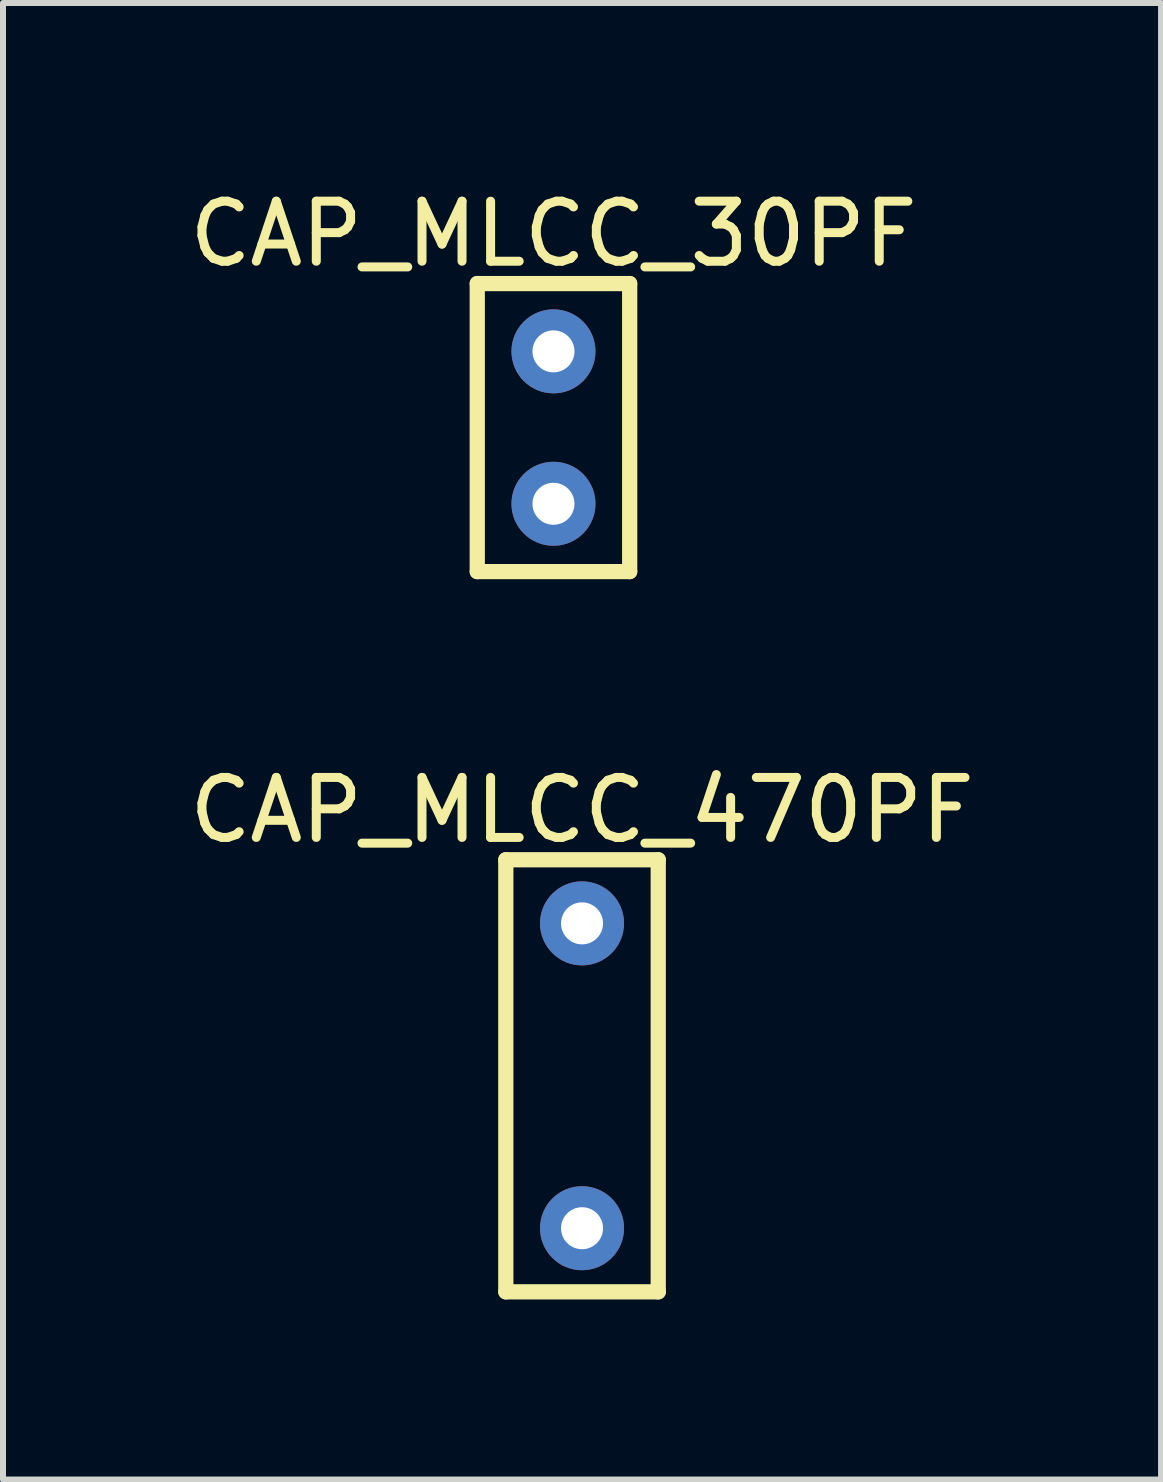
<source format=kicad_pcb>
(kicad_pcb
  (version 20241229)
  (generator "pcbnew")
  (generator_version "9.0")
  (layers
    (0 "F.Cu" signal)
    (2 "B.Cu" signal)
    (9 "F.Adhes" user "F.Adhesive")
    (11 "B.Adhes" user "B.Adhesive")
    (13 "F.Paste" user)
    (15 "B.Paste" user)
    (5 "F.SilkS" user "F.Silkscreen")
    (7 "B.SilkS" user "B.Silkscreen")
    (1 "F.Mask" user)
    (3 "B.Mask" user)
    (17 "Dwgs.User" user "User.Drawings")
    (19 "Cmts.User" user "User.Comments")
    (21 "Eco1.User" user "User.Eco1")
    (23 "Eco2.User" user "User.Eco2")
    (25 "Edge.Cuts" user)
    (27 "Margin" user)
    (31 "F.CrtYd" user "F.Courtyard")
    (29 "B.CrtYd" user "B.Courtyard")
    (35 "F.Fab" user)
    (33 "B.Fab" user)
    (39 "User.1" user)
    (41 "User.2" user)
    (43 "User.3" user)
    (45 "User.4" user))
  (footprint "CAP_MLCC_470PF"
    (layer "F.Cu")
    (at 6.649 14.877)
    (property "Reference" "CAP_MLCC_470PF" (at 0 -4.427 0) (layer "F.SilkS") (effects (font (size 1 1) (thickness 0.15))))
    (fp_line (start -1.27 -3.6) (end 1.27 -3.6) (stroke (width 0.254) (type solid)) (layer "F.SilkS"))
    (fp_line (start -1.27 3.6) (end -1.27 -3.6) (stroke (width 0.254) (type solid)) (layer "F.SilkS"))
    (fp_line (start -1.27 3.6) (end 1.27 3.6) (stroke (width 0.254) (type solid)) (layer "F.SilkS"))
    (fp_line (start 1.27 3.6) (end 1.27 -3.6) (stroke (width 0.254) (type solid)) (layer "F.SilkS"))
    (pad "1" thru_hole circle (at 0 -2.54) (size 1.4 1.4) (drill 0.7) (layers "*.Cu" "*.Mask"))
    (pad "2" thru_hole circle (at 0 2.54) (size 1.4 1.4) (drill 0.7) (layers "*.Cu" "*.Mask")))
  (footprint "CAP_MLCC_30PF"
    (layer "F.Cu")
    (at 6.173 4.075)
    (property "Reference" "CAP_MLCC_30PF" (at 0 -3.227 0) (layer "F.SilkS") (effects (font (size 1 1) (thickness 0.15))))
    (fp_line (start -1.27 -2.4) (end 1.27 -2.4) (stroke (width 0.254) (type solid)) (layer "F.SilkS"))
    (fp_line (start -1.27 2.4) (end -1.27 -2.4) (stroke (width 0.254) (type solid)) (layer "F.SilkS"))
    (fp_line (start -1.27 2.4) (end 1.27 2.4) (stroke (width 0.254) (type solid)) (layer "F.SilkS"))
    (fp_line (start 1.27 2.4) (end 1.27 -2.4) (stroke (width 0.254) (type solid)) (layer "F.SilkS"))
    (pad "1" thru_hole circle (at 0 -1.27) (size 1.4 1.4) (drill 0.7) (layers "*.Cu" "*.Mask"))
    (pad "2" thru_hole circle (at 0 1.27) (size 1.4 1.4) (drill 0.7) (layers "*.Cu" "*.Mask")))
  (gr_rect
    (start -3 -3)
    (end 16.298 21.605)
    (stroke (width 0.1) (type default))
    (fill no)
    (layer "Edge.Cuts")))
</source>
